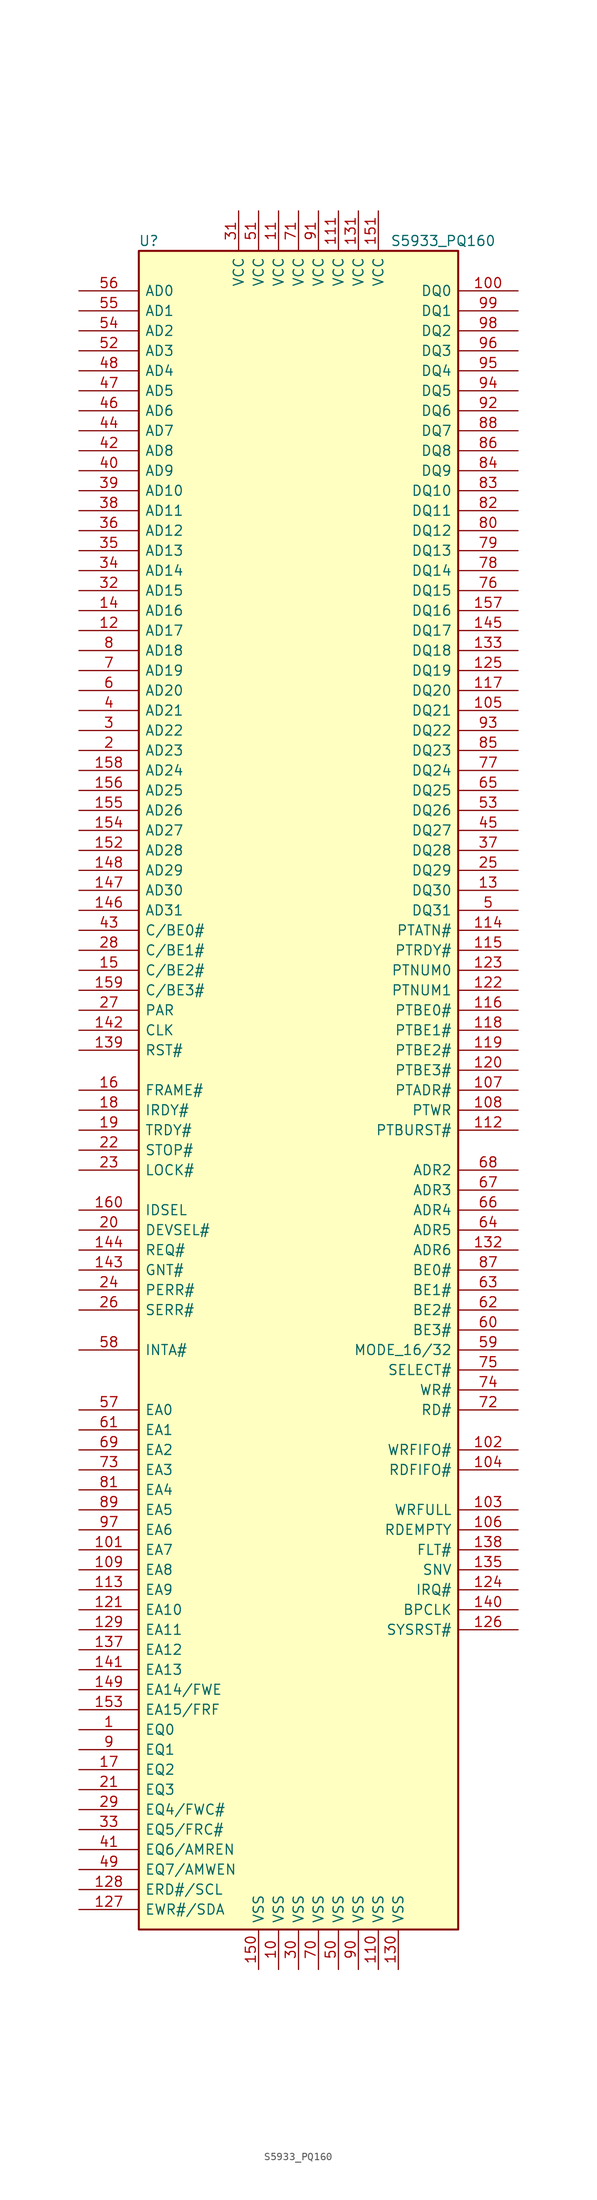
<source format=kicad_sym>
(kicad_symbol_lib
  (version 20200908)
  (generator kicad_symbol_editor)
  (symbol "Interface:S5933_PQ160"
    (pin_names
      (offset 0.762))
    (property "Reference" "U"
      (at -19.05 107.95 0)
      (effects (font (size 1.27 1.27))))
    (property "Value" "S5933_PQ160"
      (at 11.684 107.95 0)
      (effects (font (size 1.27 1.27)) (justify left)))
    (symbol "S5933_PQ160_0_1"
      (rectangle (start -20.32 106.68) (end 20.32 -106.68) (stroke (width 0.254)) (fill (type background))))
    (symbol "S5933_PQ160_0_0"
      (pin power_in line (at -2.54 -111.76 90) (length 5.08) (name "VSS" (effects (font (size 1.27 1.27)))) (number "10" (effects (font (size 1.27 1.27)))))
      (pin power_in line (at 10.16 -111.76 90) (length 5.08) (name "VSS" (effects (font (size 1.27 1.27)))) (number "110" (effects (font (size 1.27 1.27)))))
      (pin power_in line (at 5.08 111.76 270) (length 5.08) (name "VCC" (effects (font (size 1.27 1.27)))) (number "111" (effects (font (size 1.27 1.27)))))
      (pin power_in line (at 12.7 -111.76 90) (length 5.08) (name "VSS" (effects (font (size 1.27 1.27)))) (number "130" (effects (font (size 1.27 1.27)))))
      (pin power_in line (at 7.62 111.76 270) (length 5.08) (name "VCC" (effects (font (size 1.27 1.27)))) (number "131" (effects (font (size 1.27 1.27)))))
      (pin power_in line (at -5.08 -111.76 90) (length 5.08) (name "VSS" (effects (font (size 1.27 1.27)))) (number "150" (effects (font (size 1.27 1.27)))))
      (pin power_in line (at 10.16 111.76 270) (length 5.08) (name "VCC" (effects (font (size 1.27 1.27)))) (number "151" (effects (font (size 1.27 1.27)))))
      (pin power_in line (at 0 -111.76 90) (length 5.08) (name "VSS" (effects (font (size 1.27 1.27)))) (number "30" (effects (font (size 1.27 1.27)))))
      (pin power_in line (at -7.62 111.76 270) (length 5.08) (name "VCC" (effects (font (size 1.27 1.27)))) (number "31" (effects (font (size 1.27 1.27)))))
      (pin power_in line (at 5.08 -111.76 90) (length 5.08) (name "VSS" (effects (font (size 1.27 1.27)))) (number "50" (effects (font (size 1.27 1.27)))))
      (pin power_in line (at -5.08 111.76 270) (length 5.08) (name "VCC" (effects (font (size 1.27 1.27)))) (number "51" (effects (font (size 1.27 1.27)))))
      (pin power_in line (at 2.54 -111.76 90) (length 5.08) (name "VSS" (effects (font (size 1.27 1.27)))) (number "70" (effects (font (size 1.27 1.27)))))
      (pin power_in line (at 0 111.76 270) (length 5.08) (name "VCC" (effects (font (size 1.27 1.27)))) (number "71" (effects (font (size 1.27 1.27)))))
      (pin power_in line (at 7.62 -111.76 90) (length 5.08) (name "VSS" (effects (font (size 1.27 1.27)))) (number "90" (effects (font (size 1.27 1.27)))))
      (pin power_in line (at 2.54 111.76 270) (length 5.08) (name "VCC" (effects (font (size 1.27 1.27)))) (number "91" (effects (font (size 1.27 1.27))))))
    (symbol "S5933_PQ160_1_0"
      (pin power_in line (at -2.54 111.76 270) (length 5.08) (name "VCC" (effects (font (size 1.27 1.27)))) (number "11" (effects (font (size 1.27 1.27))))))
    (symbol "S5933_PQ160_1_1"
      (pin bidirectional line (at -27.94 -81.28 0) (length 7.62) (name "EQ0" (effects (font (size 1.27 1.27)))) (number "1" (effects (font (size 1.27 1.27)))))
      (pin bidirectional line (at 27.94 101.6 180) (length 7.62) (name "DQ0" (effects (font (size 1.27 1.27)))) (number "100" (effects (font (size 1.27 1.27)))))
      (pin bidirectional line (at -27.94 -58.42 0) (length 7.62) (name "EA7" (effects (font (size 1.27 1.27)))) (number "101" (effects (font (size 1.27 1.27)))))
      (pin input line (at 27.94 -45.72 180) (length 7.62) (name "WRFIFO#" (effects (font (size 1.27 1.27)))) (number "102" (effects (font (size 1.27 1.27)))))
      (pin output line (at 27.94 -53.34 180) (length 7.62) (name "WRFULL" (effects (font (size 1.27 1.27)))) (number "103" (effects (font (size 1.27 1.27)))))
      (pin input line (at 27.94 -48.26 180) (length 7.62) (name "RDFIFO#" (effects (font (size 1.27 1.27)))) (number "104" (effects (font (size 1.27 1.27)))))
      (pin bidirectional line (at 27.94 48.26 180) (length 7.62) (name "DQ21" (effects (font (size 1.27 1.27)))) (number "105" (effects (font (size 1.27 1.27)))))
      (pin output line (at 27.94 -55.88 180) (length 7.62) (name "RDEMPTY" (effects (font (size 1.27 1.27)))) (number "106" (effects (font (size 1.27 1.27)))))
      (pin input line (at 27.94 0 180) (length 7.62) (name "PTADR#" (effects (font (size 1.27 1.27)))) (number "107" (effects (font (size 1.27 1.27)))))
      (pin output line (at 27.94 -2.54 180) (length 7.62) (name "PTWR" (effects (font (size 1.27 1.27)))) (number "108" (effects (font (size 1.27 1.27)))))
      (pin bidirectional line (at -27.94 -60.96 0) (length 7.62) (name "EA8" (effects (font (size 1.27 1.27)))) (number "109" (effects (font (size 1.27 1.27)))))
      (pin output line (at 27.94 -5.08 180) (length 7.62) (name "PTBURST#" (effects (font (size 1.27 1.27)))) (number "112" (effects (font (size 1.27 1.27)))))
      (pin output line (at -27.94 -63.5 0) (length 7.62) (name "EA9" (effects (font (size 1.27 1.27)))) (number "113" (effects (font (size 1.27 1.27)))))
      (pin output line (at 27.94 20.32 180) (length 7.62) (name "PTATN#" (effects (font (size 1.27 1.27)))) (number "114" (effects (font (size 1.27 1.27)))))
      (pin input line (at 27.94 17.78 180) (length 7.62) (name "PTRDY#" (effects (font (size 1.27 1.27)))) (number "115" (effects (font (size 1.27 1.27)))))
      (pin output line (at 27.94 10.16 180) (length 7.62) (name "PTBE0#" (effects (font (size 1.27 1.27)))) (number "116" (effects (font (size 1.27 1.27)))))
      (pin bidirectional line (at 27.94 50.8 180) (length 7.62) (name "DQ20" (effects (font (size 1.27 1.27)))) (number "117" (effects (font (size 1.27 1.27)))))
      (pin output line (at 27.94 7.62 180) (length 7.62) (name "PTBE1#" (effects (font (size 1.27 1.27)))) (number "118" (effects (font (size 1.27 1.27)))))
      (pin output line (at 27.94 5.08 180) (length 7.62) (name "PTBE2#" (effects (font (size 1.27 1.27)))) (number "119" (effects (font (size 1.27 1.27)))))
      (pin bidirectional line (at -27.94 58.42 0) (length 7.62) (name "AD17" (effects (font (size 1.27 1.27)))) (number "12" (effects (font (size 1.27 1.27)))))
      (pin output line (at 27.94 2.54 180) (length 7.62) (name "PTBE3#" (effects (font (size 1.27 1.27)))) (number "120" (effects (font (size 1.27 1.27)))))
      (pin output line (at -27.94 -66.04 0) (length 7.62) (name "EA10" (effects (font (size 1.27 1.27)))) (number "121" (effects (font (size 1.27 1.27)))))
      (pin output line (at 27.94 12.7 180) (length 7.62) (name "PTNUM1" (effects (font (size 1.27 1.27)))) (number "122" (effects (font (size 1.27 1.27)))))
      (pin output line (at 27.94 15.24 180) (length 7.62) (name "PTNUM0" (effects (font (size 1.27 1.27)))) (number "123" (effects (font (size 1.27 1.27)))))
      (pin output line (at 27.94 -63.5 180) (length 7.62) (name "IRQ#" (effects (font (size 1.27 1.27)))) (number "124" (effects (font (size 1.27 1.27)))))
      (pin bidirectional line (at 27.94 53.34 180) (length 7.62) (name "DQ19" (effects (font (size 1.27 1.27)))) (number "125" (effects (font (size 1.27 1.27)))))
      (pin output line (at 27.94 -68.58 180) (length 7.62) (name "SYSRST#" (effects (font (size 1.27 1.27)))) (number "126" (effects (font (size 1.27 1.27)))))
      (pin bidirectional line (at -27.94 -104.14 0) (length 7.62) (name "EWR#/SDA" (effects (font (size 1.27 1.27)))) (number "127" (effects (font (size 1.27 1.27)))))
      (pin output line (at -27.94 -101.6 0) (length 7.62) (name "ERD#/SCL" (effects (font (size 1.27 1.27)))) (number "128" (effects (font (size 1.27 1.27)))))
      (pin output line (at -27.94 -68.58 0) (length 7.62) (name "EA11" (effects (font (size 1.27 1.27)))) (number "129" (effects (font (size 1.27 1.27)))))
      (pin bidirectional line (at 27.94 25.4 180) (length 7.62) (name "DQ30" (effects (font (size 1.27 1.27)))) (number "13" (effects (font (size 1.27 1.27)))))
      (pin input line (at 27.94 -20.32 180) (length 7.62) (name "ADR6" (effects (font (size 1.27 1.27)))) (number "132" (effects (font (size 1.27 1.27)))))
      (pin bidirectional line (at 27.94 55.88 180) (length 7.62) (name "DQ18" (effects (font (size 1.27 1.27)))) (number "133" (effects (font (size 1.27 1.27)))))
      (pin input line (at 27.94 -60.96 180) (length 7.62) (name "SNV" (effects (font (size 1.27 1.27)))) (number "135" (effects (font (size 1.27 1.27)))))
      (pin output line (at -27.94 -71.12 0) (length 7.62) (name "EA12" (effects (font (size 1.27 1.27)))) (number "137" (effects (font (size 1.27 1.27)))))
      (pin input line (at 27.94 -58.42 180) (length 7.62) (name "FLT#" (effects (font (size 1.27 1.27)))) (number "138" (effects (font (size 1.27 1.27)))))
      (pin input line (at -27.94 5.08 0) (length 7.62) (name "RST#" (effects (font (size 1.27 1.27)))) (number "139" (effects (font (size 1.27 1.27)))))
      (pin bidirectional line (at -27.94 60.96 0) (length 7.62) (name "AD16" (effects (font (size 1.27 1.27)))) (number "14" (effects (font (size 1.27 1.27)))))
      (pin output line (at 27.94 -66.04 180) (length 7.62) (name "BPCLK" (effects (font (size 1.27 1.27)))) (number "140" (effects (font (size 1.27 1.27)))))
      (pin output line (at -27.94 -73.66 0) (length 7.62) (name "EA13" (effects (font (size 1.27 1.27)))) (number "141" (effects (font (size 1.27 1.27)))))
      (pin input line (at -27.94 7.62 0) (length 7.62) (name "CLK" (effects (font (size 1.27 1.27)))) (number "142" (effects (font (size 1.27 1.27)))))
      (pin input line (at -27.94 -22.86 0) (length 7.62) (name "GNT#" (effects (font (size 1.27 1.27)))) (number "143" (effects (font (size 1.27 1.27)))))
      (pin output line (at -27.94 -20.32 0) (length 7.62) (name "REQ#" (effects (font (size 1.27 1.27)))) (number "144" (effects (font (size 1.27 1.27)))))
      (pin bidirectional line (at 27.94 58.42 180) (length 7.62) (name "DQ17" (effects (font (size 1.27 1.27)))) (number "145" (effects (font (size 1.27 1.27)))))
      (pin bidirectional line (at -27.94 22.86 0) (length 7.62) (name "AD31" (effects (font (size 1.27 1.27)))) (number "146" (effects (font (size 1.27 1.27)))))
      (pin bidirectional line (at -27.94 25.4 0) (length 7.62) (name "AD30" (effects (font (size 1.27 1.27)))) (number "147" (effects (font (size 1.27 1.27)))))
      (pin bidirectional line (at -27.94 27.94 0) (length 7.62) (name "AD29" (effects (font (size 1.27 1.27)))) (number "148" (effects (font (size 1.27 1.27)))))
      (pin bidirectional line (at -27.94 -76.2 0) (length 7.62) (name "EA14/FWE" (effects (font (size 1.27 1.27)))) (number "149" (effects (font (size 1.27 1.27)))))
      (pin bidirectional line (at -27.94 15.24 0) (length 7.62) (name "C/BE2#" (effects (font (size 1.27 1.27)))) (number "15" (effects (font (size 1.27 1.27)))))
      (pin bidirectional line (at -27.94 30.48 0) (length 7.62) (name "AD28" (effects (font (size 1.27 1.27)))) (number "152" (effects (font (size 1.27 1.27)))))
      (pin bidirectional line (at -27.94 -78.74 0) (length 7.62) (name "EA15/FRF" (effects (font (size 1.27 1.27)))) (number "153" (effects (font (size 1.27 1.27)))))
      (pin bidirectional line (at -27.94 33.02 0) (length 7.62) (name "AD27" (effects (font (size 1.27 1.27)))) (number "154" (effects (font (size 1.27 1.27)))))
      (pin bidirectional line (at -27.94 35.56 0) (length 7.62) (name "AD26" (effects (font (size 1.27 1.27)))) (number "155" (effects (font (size 1.27 1.27)))))
      (pin bidirectional line (at -27.94 38.1 0) (length 7.62) (name "AD25" (effects (font (size 1.27 1.27)))) (number "156" (effects (font (size 1.27 1.27)))))
      (pin bidirectional line (at 27.94 60.96 180) (length 7.62) (name "DQ16" (effects (font (size 1.27 1.27)))) (number "157" (effects (font (size 1.27 1.27)))))
      (pin bidirectional line (at -27.94 40.64 0) (length 7.62) (name "AD24" (effects (font (size 1.27 1.27)))) (number "158" (effects (font (size 1.27 1.27)))))
      (pin bidirectional line (at -27.94 12.7 0) (length 7.62) (name "C/BE3#" (effects (font (size 1.27 1.27)))) (number "159" (effects (font (size 1.27 1.27)))))
      (pin bidirectional line (at -27.94 0 0) (length 7.62) (name "FRAME#" (effects (font (size 1.27 1.27)))) (number "16" (effects (font (size 1.27 1.27)))))
      (pin input line (at -27.94 -15.24 0) (length 7.62) (name "IDSEL" (effects (font (size 1.27 1.27)))) (number "160" (effects (font (size 1.27 1.27)))))
      (pin bidirectional line (at -27.94 -86.36 0) (length 7.62) (name "EQ2" (effects (font (size 1.27 1.27)))) (number "17" (effects (font (size 1.27 1.27)))))
      (pin bidirectional line (at -27.94 -2.54 0) (length 7.62) (name "IRDY#" (effects (font (size 1.27 1.27)))) (number "18" (effects (font (size 1.27 1.27)))))
      (pin bidirectional line (at -27.94 -5.08 0) (length 7.62) (name "TRDY#" (effects (font (size 1.27 1.27)))) (number "19" (effects (font (size 1.27 1.27)))))
      (pin bidirectional line (at -27.94 43.18 0) (length 7.62) (name "AD23" (effects (font (size 1.27 1.27)))) (number "2" (effects (font (size 1.27 1.27)))))
      (pin bidirectional line (at -27.94 -17.78 0) (length 7.62) (name "DEVSEL#" (effects (font (size 1.27 1.27)))) (number "20" (effects (font (size 1.27 1.27)))))
      (pin bidirectional line (at -27.94 -88.9 0) (length 7.62) (name "EQ3" (effects (font (size 1.27 1.27)))) (number "21" (effects (font (size 1.27 1.27)))))
      (pin bidirectional line (at -27.94 -7.62 0) (length 7.62) (name "STOP#" (effects (font (size 1.27 1.27)))) (number "22" (effects (font (size 1.27 1.27)))))
      (pin input line (at -27.94 -10.16 0) (length 7.62) (name "LOCK#" (effects (font (size 1.27 1.27)))) (number "23" (effects (font (size 1.27 1.27)))))
      (pin bidirectional line (at -27.94 -25.4 0) (length 7.62) (name "PERR#" (effects (font (size 1.27 1.27)))) (number "24" (effects (font (size 1.27 1.27)))))
      (pin bidirectional line (at 27.94 27.94 180) (length 7.62) (name "DQ29" (effects (font (size 1.27 1.27)))) (number "25" (effects (font (size 1.27 1.27)))))
      (pin output line (at -27.94 -27.94 0) (length 7.62) (name "SERR#" (effects (font (size 1.27 1.27)))) (number "26" (effects (font (size 1.27 1.27)))))
      (pin bidirectional line (at -27.94 10.16 0) (length 7.62) (name "PAR" (effects (font (size 1.27 1.27)))) (number "27" (effects (font (size 1.27 1.27)))))
      (pin bidirectional line (at -27.94 17.78 0) (length 7.62) (name "C/BE1#" (effects (font (size 1.27 1.27)))) (number "28" (effects (font (size 1.27 1.27)))))
      (pin bidirectional line (at -27.94 -91.44 0) (length 7.62) (name "EQ4/FWC#" (effects (font (size 1.27 1.27)))) (number "29" (effects (font (size 1.27 1.27)))))
      (pin bidirectional line (at -27.94 45.72 0) (length 7.62) (name "AD22" (effects (font (size 1.27 1.27)))) (number "3" (effects (font (size 1.27 1.27)))))
      (pin bidirectional line (at -27.94 63.5 0) (length 7.62) (name "AD15" (effects (font (size 1.27 1.27)))) (number "32" (effects (font (size 1.27 1.27)))))
      (pin bidirectional line (at -27.94 -93.98 0) (length 7.62) (name "EQ5/FRC#" (effects (font (size 1.27 1.27)))) (number "33" (effects (font (size 1.27 1.27)))))
      (pin bidirectional line (at -27.94 66.04 0) (length 7.62) (name "AD14" (effects (font (size 1.27 1.27)))) (number "34" (effects (font (size 1.27 1.27)))))
      (pin bidirectional line (at -27.94 68.58 0) (length 7.62) (name "AD13" (effects (font (size 1.27 1.27)))) (number "35" (effects (font (size 1.27 1.27)))))
      (pin bidirectional line (at -27.94 71.12 0) (length 7.62) (name "AD12" (effects (font (size 1.27 1.27)))) (number "36" (effects (font (size 1.27 1.27)))))
      (pin bidirectional line (at 27.94 30.48 180) (length 7.62) (name "DQ28" (effects (font (size 1.27 1.27)))) (number "37" (effects (font (size 1.27 1.27)))))
      (pin bidirectional line (at -27.94 73.66 0) (length 7.62) (name "AD11" (effects (font (size 1.27 1.27)))) (number "38" (effects (font (size 1.27 1.27)))))
      (pin bidirectional line (at -27.94 76.2 0) (length 7.62) (name "AD10" (effects (font (size 1.27 1.27)))) (number "39" (effects (font (size 1.27 1.27)))))
      (pin bidirectional line (at -27.94 48.26 0) (length 7.62) (name "AD21" (effects (font (size 1.27 1.27)))) (number "4" (effects (font (size 1.27 1.27)))))
      (pin bidirectional line (at -27.94 78.74 0) (length 7.62) (name "AD9" (effects (font (size 1.27 1.27)))) (number "40" (effects (font (size 1.27 1.27)))))
      (pin bidirectional line (at -27.94 -96.52 0) (length 7.62) (name "EQ6/AMREN" (effects (font (size 1.27 1.27)))) (number "41" (effects (font (size 1.27 1.27)))))
      (pin bidirectional line (at -27.94 81.28 0) (length 7.62) (name "AD8" (effects (font (size 1.27 1.27)))) (number "42" (effects (font (size 1.27 1.27)))))
      (pin bidirectional line (at -27.94 20.32 0) (length 7.62) (name "C/BE0#" (effects (font (size 1.27 1.27)))) (number "43" (effects (font (size 1.27 1.27)))))
      (pin bidirectional line (at -27.94 83.82 0) (length 7.62) (name "AD7" (effects (font (size 1.27 1.27)))) (number "44" (effects (font (size 1.27 1.27)))))
      (pin bidirectional line (at 27.94 33.02 180) (length 7.62) (name "DQ27" (effects (font (size 1.27 1.27)))) (number "45" (effects (font (size 1.27 1.27)))))
      (pin bidirectional line (at -27.94 86.36 0) (length 7.62) (name "AD6" (effects (font (size 1.27 1.27)))) (number "46" (effects (font (size 1.27 1.27)))))
      (pin bidirectional line (at -27.94 88.9 0) (length 7.62) (name "AD5" (effects (font (size 1.27 1.27)))) (number "47" (effects (font (size 1.27 1.27)))))
      (pin bidirectional line (at -27.94 91.44 0) (length 7.62) (name "AD4" (effects (font (size 1.27 1.27)))) (number "48" (effects (font (size 1.27 1.27)))))
      (pin bidirectional line (at -27.94 -99.06 0) (length 7.62) (name "EQ7/AMWEN" (effects (font (size 1.27 1.27)))) (number "49" (effects (font (size 1.27 1.27)))))
      (pin bidirectional line (at 27.94 22.86 180) (length 7.62) (name "DQ31" (effects (font (size 1.27 1.27)))) (number "5" (effects (font (size 1.27 1.27)))))
      (pin bidirectional line (at -27.94 93.98 0) (length 7.62) (name "AD3" (effects (font (size 1.27 1.27)))) (number "52" (effects (font (size 1.27 1.27)))))
      (pin bidirectional line (at 27.94 35.56 180) (length 7.62) (name "DQ26" (effects (font (size 1.27 1.27)))) (number "53" (effects (font (size 1.27 1.27)))))
      (pin bidirectional line (at -27.94 96.52 0) (length 7.62) (name "AD2" (effects (font (size 1.27 1.27)))) (number "54" (effects (font (size 1.27 1.27)))))
      (pin bidirectional line (at -27.94 99.06 0) (length 7.62) (name "AD1" (effects (font (size 1.27 1.27)))) (number "55" (effects (font (size 1.27 1.27)))))
      (pin bidirectional line (at -27.94 101.6 0) (length 7.62) (name "AD0" (effects (font (size 1.27 1.27)))) (number "56" (effects (font (size 1.27 1.27)))))
      (pin bidirectional line (at -27.94 -40.64 0) (length 7.62) (name "EA0" (effects (font (size 1.27 1.27)))) (number "57" (effects (font (size 1.27 1.27)))))
      (pin output line (at -27.94 -33.02 0) (length 7.62) (name "INTA#" (effects (font (size 1.27 1.27)))) (number "58" (effects (font (size 1.27 1.27)))))
      (pin input line (at 27.94 -33.02 180) (length 7.62) (name "MODE_16/32" (effects (font (size 1.27 1.27)))) (number "59" (effects (font (size 1.27 1.27)))))
      (pin bidirectional line (at -27.94 50.8 0) (length 7.62) (name "AD20" (effects (font (size 1.27 1.27)))) (number "6" (effects (font (size 1.27 1.27)))))
      (pin input line (at 27.94 -30.48 180) (length 7.62) (name "BE3#" (effects (font (size 1.27 1.27)))) (number "60" (effects (font (size 1.27 1.27)))))
      (pin bidirectional line (at -27.94 -43.18 0) (length 7.62) (name "EA1" (effects (font (size 1.27 1.27)))) (number "61" (effects (font (size 1.27 1.27)))))
      (pin input line (at 27.94 -27.94 180) (length 7.62) (name "BE2#" (effects (font (size 1.27 1.27)))) (number "62" (effects (font (size 1.27 1.27)))))
      (pin input line (at 27.94 -25.4 180) (length 7.62) (name "BE1#" (effects (font (size 1.27 1.27)))) (number "63" (effects (font (size 1.27 1.27)))))
      (pin input line (at 27.94 -17.78 180) (length 7.62) (name "ADR5" (effects (font (size 1.27 1.27)))) (number "64" (effects (font (size 1.27 1.27)))))
      (pin bidirectional line (at 27.94 38.1 180) (length 7.62) (name "DQ25" (effects (font (size 1.27 1.27)))) (number "65" (effects (font (size 1.27 1.27)))))
      (pin input line (at 27.94 -15.24 180) (length 7.62) (name "ADR4" (effects (font (size 1.27 1.27)))) (number "66" (effects (font (size 1.27 1.27)))))
      (pin input line (at 27.94 -12.7 180) (length 7.62) (name "ADR3" (effects (font (size 1.27 1.27)))) (number "67" (effects (font (size 1.27 1.27)))))
      (pin input line (at 27.94 -10.16 180) (length 7.62) (name "ADR2" (effects (font (size 1.27 1.27)))) (number "68" (effects (font (size 1.27 1.27)))))
      (pin bidirectional line (at -27.94 -45.72 0) (length 7.62) (name "EA2" (effects (font (size 1.27 1.27)))) (number "69" (effects (font (size 1.27 1.27)))))
      (pin bidirectional line (at -27.94 53.34 0) (length 7.62) (name "AD19" (effects (font (size 1.27 1.27)))) (number "7" (effects (font (size 1.27 1.27)))))
      (pin input line (at 27.94 -40.64 180) (length 7.62) (name "RD#" (effects (font (size 1.27 1.27)))) (number "72" (effects (font (size 1.27 1.27)))))
      (pin bidirectional line (at -27.94 -48.26 0) (length 7.62) (name "EA3" (effects (font (size 1.27 1.27)))) (number "73" (effects (font (size 1.27 1.27)))))
      (pin input line (at 27.94 -38.1 180) (length 7.62) (name "WR#" (effects (font (size 1.27 1.27)))) (number "74" (effects (font (size 1.27 1.27)))))
      (pin input line (at 27.94 -35.56 180) (length 7.62) (name "SELECT#" (effects (font (size 1.27 1.27)))) (number "75" (effects (font (size 1.27 1.27)))))
      (pin bidirectional line (at 27.94 63.5 180) (length 7.62) (name "DQ15" (effects (font (size 1.27 1.27)))) (number "76" (effects (font (size 1.27 1.27)))))
      (pin bidirectional line (at 27.94 40.64 180) (length 7.62) (name "DQ24" (effects (font (size 1.27 1.27)))) (number "77" (effects (font (size 1.27 1.27)))))
      (pin bidirectional line (at 27.94 66.04 180) (length 7.62) (name "DQ14" (effects (font (size 1.27 1.27)))) (number "78" (effects (font (size 1.27 1.27)))))
      (pin bidirectional line (at 27.94 68.58 180) (length 7.62) (name "DQ13" (effects (font (size 1.27 1.27)))) (number "79" (effects (font (size 1.27 1.27)))))
      (pin bidirectional line (at -27.94 55.88 0) (length 7.62) (name "AD18" (effects (font (size 1.27 1.27)))) (number "8" (effects (font (size 1.27 1.27)))))
      (pin bidirectional line (at 27.94 71.12 180) (length 7.62) (name "DQ12" (effects (font (size 1.27 1.27)))) (number "80" (effects (font (size 1.27 1.27)))))
      (pin bidirectional line (at -27.94 -50.8 0) (length 7.62) (name "EA4" (effects (font (size 1.27 1.27)))) (number "81" (effects (font (size 1.27 1.27)))))
      (pin bidirectional line (at 27.94 73.66 180) (length 7.62) (name "DQ11" (effects (font (size 1.27 1.27)))) (number "82" (effects (font (size 1.27 1.27)))))
      (pin bidirectional line (at 27.94 76.2 180) (length 7.62) (name "DQ10" (effects (font (size 1.27 1.27)))) (number "83" (effects (font (size 1.27 1.27)))))
      (pin bidirectional line (at 27.94 78.74 180) (length 7.62) (name "DQ9" (effects (font (size 1.27 1.27)))) (number "84" (effects (font (size 1.27 1.27)))))
      (pin bidirectional line (at 27.94 43.18 180) (length 7.62) (name "DQ23" (effects (font (size 1.27 1.27)))) (number "85" (effects (font (size 1.27 1.27)))))
      (pin bidirectional line (at 27.94 81.28 180) (length 7.62) (name "DQ8" (effects (font (size 1.27 1.27)))) (number "86" (effects (font (size 1.27 1.27)))))
      (pin input line (at 27.94 -22.86 180) (length 7.62) (name "BE0#" (effects (font (size 1.27 1.27)))) (number "87" (effects (font (size 1.27 1.27)))))
      (pin bidirectional line (at 27.94 83.82 180) (length 7.62) (name "DQ7" (effects (font (size 1.27 1.27)))) (number "88" (effects (font (size 1.27 1.27)))))
      (pin bidirectional line (at -27.94 -53.34 0) (length 7.62) (name "EA5" (effects (font (size 1.27 1.27)))) (number "89" (effects (font (size 1.27 1.27)))))
      (pin bidirectional line (at -27.94 -83.82 0) (length 7.62) (name "EQ1" (effects (font (size 1.27 1.27)))) (number "9" (effects (font (size 1.27 1.27)))))
      (pin bidirectional line (at 27.94 86.36 180) (length 7.62) (name "DQ6" (effects (font (size 1.27 1.27)))) (number "92" (effects (font (size 1.27 1.27)))))
      (pin bidirectional line (at 27.94 45.72 180) (length 7.62) (name "DQ22" (effects (font (size 1.27 1.27)))) (number "93" (effects (font (size 1.27 1.27)))))
      (pin bidirectional line (at 27.94 88.9 180) (length 7.62) (name "DQ5" (effects (font (size 1.27 1.27)))) (number "94" (effects (font (size 1.27 1.27)))))
      (pin bidirectional line (at 27.94 91.44 180) (length 7.62) (name "DQ4" (effects (font (size 1.27 1.27)))) (number "95" (effects (font (size 1.27 1.27)))))
      (pin bidirectional line (at 27.94 93.98 180) (length 7.62) (name "DQ3" (effects (font (size 1.27 1.27)))) (number "96" (effects (font (size 1.27 1.27)))))
      (pin bidirectional line (at -27.94 -55.88 0) (length 7.62) (name "EA6" (effects (font (size 1.27 1.27)))) (number "97" (effects (font (size 1.27 1.27)))))
      (pin bidirectional line (at 27.94 96.52 180) (length 7.62) (name "DQ2" (effects (font (size 1.27 1.27)))) (number "98" (effects (font (size 1.27 1.27)))))
      (pin bidirectional line (at 27.94 99.06 180) (length 7.62) (name "DQ1" (effects (font (size 1.27 1.27)))) (number "99" (effects (font (size 1.27 1.27))))))))
</source>
